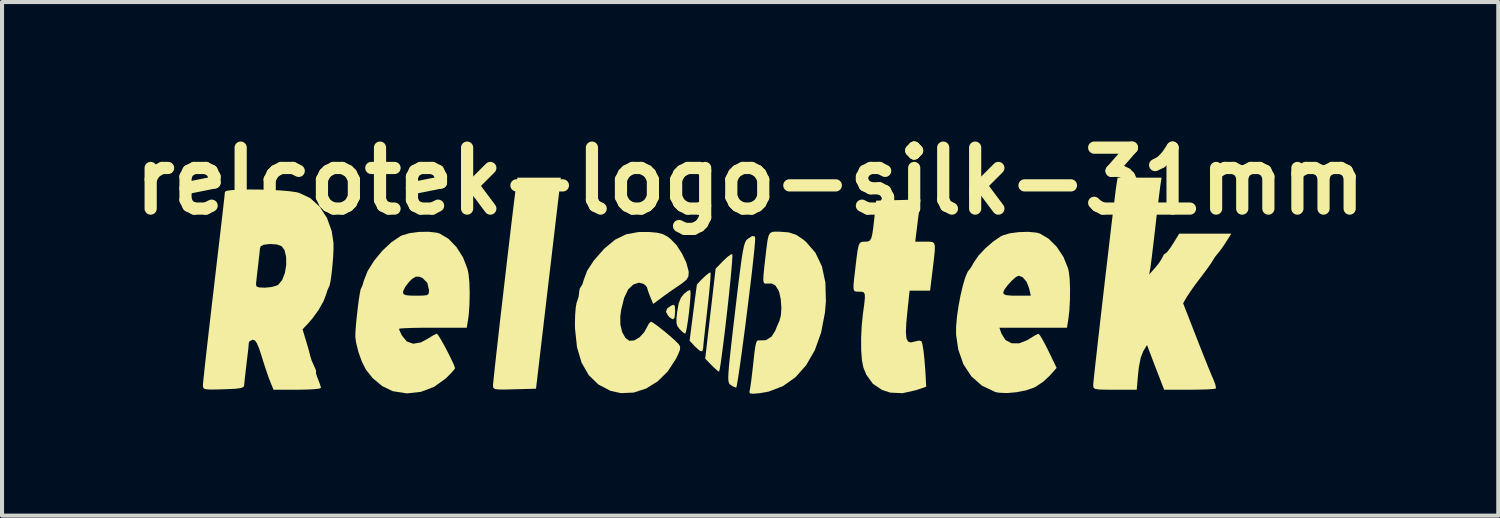
<source format=kicad_pcb>
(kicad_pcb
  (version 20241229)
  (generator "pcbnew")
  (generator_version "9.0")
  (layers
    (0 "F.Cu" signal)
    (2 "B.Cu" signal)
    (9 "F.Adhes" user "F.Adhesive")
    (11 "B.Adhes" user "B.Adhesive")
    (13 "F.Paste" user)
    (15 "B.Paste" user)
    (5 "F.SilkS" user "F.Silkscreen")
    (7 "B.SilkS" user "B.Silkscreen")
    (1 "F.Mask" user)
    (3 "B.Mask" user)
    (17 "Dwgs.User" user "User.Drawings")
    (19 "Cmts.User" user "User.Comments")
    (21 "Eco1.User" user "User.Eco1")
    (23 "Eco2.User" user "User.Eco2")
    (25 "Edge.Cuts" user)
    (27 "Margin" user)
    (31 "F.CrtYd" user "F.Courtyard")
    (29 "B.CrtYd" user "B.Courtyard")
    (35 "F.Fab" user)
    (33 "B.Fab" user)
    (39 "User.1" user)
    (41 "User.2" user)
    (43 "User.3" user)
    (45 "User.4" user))
  (footprint "relcotek-logo-silk-31mm"
    (layer "F.Cu")
    (at 15.332 3.979)
    (property "Reference" "relcotek-logo-silk-31mm" (at 0.075 -2.575 0) (layer "F.SilkS") (effects (font (size 1.5 1.5) (thickness 0.3))))
    (attr board_only exclude_from_pos_files exclude_from_bom)
    (fp_poly (pts (xy -1.779 0.499) (xy -1.772 0.605) (xy -1.772 0.638) (xy -1.783 0.78) (xy -1.821 0.83) (xy -1.893 0.791) (xy -1.942 0.741) (xy -1.998 0.642) (xy -1.963 0.557) (xy -1.868 0.491) (xy -1.807 0.468)) (stroke (width 0) (type solid)) (fill yes) (layer "F.SilkS"))
    (fp_poly (pts (xy -1.399 0.11) (xy -1.391 0.169) (xy -1.396 0.297) (xy -1.41 0.471) (xy -1.431 0.667) (xy -1.456 0.86) (xy -1.482 1.027) (xy -1.506 1.142) (xy -1.525 1.181) (xy -1.578 1.149) (xy -1.659 1.071) (xy -1.714 0.998) (xy -1.738 0.916) (xy -1.737 0.793) (xy -1.721 0.646) (xy -1.685 0.439) (xy -1.63 0.298) (xy -1.557 0.205) (xy -1.467 0.131) (xy -1.406 0.107)) (stroke (width 0) (type solid)) (fill yes) (layer "F.SilkS"))
    (fp_poly (pts (xy -0.362 -0.72) (xy -0.37 -0.584) (xy -0.387 -0.38) (xy -0.411 -0.124) (xy -0.441 0.17) (xy -0.475 0.487) (xy -0.512 0.813) (xy -0.549 1.131) (xy -0.586 1.429) (xy -0.62 1.691) (xy -0.649 1.902) (xy -0.673 2.048) (xy -0.689 2.114) (xy -0.691 2.117) (xy -0.739 2.084) (xy -0.828 2.003) (xy -0.875 1.956) (xy -1.031 1.795) (xy -0.903 0.688) (xy -0.775 -0.418) (xy -0.586 -0.613) (xy -0.477 -0.714) (xy -0.395 -0.771) (xy -0.364 -0.774)) (stroke (width 0) (type solid)) (fill yes) (layer "F.SilkS"))
    (fp_poly (pts (xy -0.898 -0.271) (xy -0.906 -0.135) (xy -0.923 0.068) (xy -0.949 0.32) (xy -0.979 0.586) (xy -1.012 0.875) (xy -1.041 1.133) (xy -1.064 1.343) (xy -1.078 1.488) (xy -1.083 1.548) (xy -1.104 1.616) (xy -1.168 1.6) (xy -1.278 1.5) (xy -1.289 1.489) (xy -1.415 1.354) (xy -1.327 0.665) (xy -1.295 0.417) (xy -1.268 0.209) (xy -1.247 0.056) (xy -1.236 -0.023) (xy -1.235 -0.03) (xy -1.13 -0.143) (xy -1.024 -0.244) (xy -0.94 -0.312) (xy -0.901 -0.326)) (stroke (width 0) (type solid)) (fill yes) (layer "F.SilkS"))
    (fp_poly (pts (xy -4.613 -2.4) (xy -4.625 -2.299) (xy -4.647 -2.111) (xy -4.678 -1.848) (xy -4.717 -1.519) (xy -4.762 -1.136) (xy -4.812 -0.71) (xy -4.866 -0.252) (xy -4.919 0.197) (xy -5.194 2.535) (xy -5.723 2.549) (xy -5.956 2.555) (xy -6.108 2.554) (xy -6.196 2.544) (xy -6.238 2.521) (xy -6.251 2.483) (xy -6.252 2.446) (xy -6.246 2.377) (xy -6.23 2.222) (xy -6.205 1.992) (xy -6.173 1.7) (xy -6.134 1.357) (xy -6.091 0.974) (xy -6.044 0.564) (xy -5.994 0.138) (xy -5.944 -0.293) (xy -5.895 -0.716) (xy -5.847 -1.121) (xy -5.803 -1.494) (xy -5.763 -1.825) (xy -5.729 -2.103) (xy -5.703 -2.314) (xy -5.685 -2.448) (xy -5.681 -2.474) (xy -5.652 -2.658) (xy -5.117 -2.658) (xy -4.583 -2.658)) (stroke (width 0) (type solid)) (fill yes) (layer "F.SilkS"))
    (fp_poly (pts (xy 0.185 -1.215) (xy 0.199 -1.169) (xy 0.194 -1.072) (xy 0.179 -0.897) (xy 0.154 -0.658) (xy 0.122 -0.367) (xy 0.083 -0.039) (xy 0.04 0.315) (xy -0.006 0.681) (xy -0.052 1.047) (xy -0.099 1.398) (xy -0.143 1.724) (xy -0.183 2.009) (xy -0.217 2.242) (xy -0.245 2.409) (xy -0.263 2.498) (xy -0.269 2.509) (xy -0.346 2.48) (xy -0.41 2.439) (xy -0.433 2.418) (xy -0.45 2.386) (xy -0.461 2.335) (xy -0.464 2.253) (xy -0.458 2.132) (xy -0.445 1.962) (xy -0.421 1.731) (xy -0.388 1.432) (xy -0.345 1.053) (xy -0.298 0.656) (xy -0.244 0.197) (xy -0.199 -0.174) (xy -0.161 -0.467) (xy -0.13 -0.692) (xy -0.102 -0.858) (xy -0.077 -0.976) (xy -0.052 -1.056) (xy -0.027 -1.108) (xy 0.001 -1.14) (xy 0.006 -1.144) (xy 0.12 -1.22)) (stroke (width 0) (type solid)) (fill yes) (layer "F.SilkS"))
    (fp_poly (pts (xy 0.785 -1.329) (xy 1.022 -1.312) (xy 1.209 -1.251) (xy 1.391 -1.128) (xy 1.45 -1.078) (xy 1.681 -0.81) (xy 1.84 -0.476) (xy 1.926 -0.077) (xy 1.939 0.387) (xy 1.915 0.665) (xy 1.82 1.157) (xy 1.665 1.59) (xy 1.453 1.957) (xy 1.19 2.253) (xy 0.88 2.472) (xy 0.528 2.607) (xy 0.311 2.645) (xy 0.156 2.658) (xy 0.078 2.652) (xy 0.056 2.623) (xy 0.064 2.579) (xy 0.079 2.495) (xy 0.102 2.336) (xy 0.127 2.126) (xy 0.152 1.904) (xy 0.179 1.657) (xy 0.202 1.493) (xy 0.225 1.397) (xy 0.252 1.351) (xy 0.287 1.343) (xy 0.309 1.347) (xy 0.461 1.341) (xy 0.599 1.255) (xy 0.69 1.113) (xy 0.744 0.978) (xy 0.792 0.874) (xy 0.831 0.733) (xy 0.843 0.54) (xy 0.828 0.335) (xy 0.79 0.16) (xy 0.768 0.108) (xy 0.693 -0.008) (xy 0.606 -0.053) (xy 0.48 -0.052) (xy 0.437 -0.052) (xy 0.41 -0.074) (xy 0.399 -0.134) (xy 0.402 -0.246) (xy 0.419 -0.427) (xy 0.446 -0.661) (xy 0.477 -0.928) (xy 0.502 -1.113) (xy 0.529 -1.23) (xy 0.566 -1.295) (xy 0.62 -1.323) (xy 0.698 -1.33)) (stroke (width 0) (type solid)) (fill yes) (layer "F.SilkS"))
    (fp_poly (pts (xy 4.227 -1.811) (xy 4.201 -1.604) (xy 4.176 -1.402) (xy 4.162 -1.292) (xy 4.137 -1.083) (xy 4.382 -1.083) (xy 4.486 -1.083) (xy 4.558 -1.075) (xy 4.601 -1.044) (xy 4.62 -0.974) (xy 4.617 -0.851) (xy 4.597 -0.66) (xy 4.564 -0.387) (xy 4.562 -0.369) (xy 4.502 0.123) (xy 4.25 0.123) (xy 3.998 0.123) (xy 3.946 0.615) (xy 3.916 0.924) (xy 3.907 1.147) (xy 3.92 1.293) (xy 3.958 1.373) (xy 4.022 1.397) (xy 4.116 1.376) (xy 4.12 1.375) (xy 4.227 1.351) (xy 4.288 1.364) (xy 4.312 1.434) (xy 4.338 1.586) (xy 4.362 1.802) (xy 4.383 2.066) (xy 4.395 2.264) (xy 4.406 2.486) (xy 4.159 2.57) (xy 3.825 2.645) (xy 3.523 2.631) (xy 3.318 2.564) (xy 3.095 2.414) (xy 2.932 2.189) (xy 2.861 2.014) (xy 2.825 1.836) (xy 2.807 1.586) (xy 2.805 1.293) (xy 2.82 0.982) (xy 2.85 0.689) (xy 2.882 0.454) (xy 2.898 0.299) (xy 2.894 0.208) (xy 2.868 0.163) (xy 2.818 0.149) (xy 2.757 0.148) (xy 2.687 0.147) (xy 2.643 0.134) (xy 2.621 0.092) (xy 2.617 0.004) (xy 2.63 -0.147) (xy 2.657 -0.376) (xy 2.661 -0.415) (xy 2.693 -0.682) (xy 2.718 -0.866) (xy 2.743 -0.983) (xy 2.773 -1.048) (xy 2.813 -1.076) (xy 2.869 -1.083) (xy 2.903 -1.083) (xy 2.97 -1.087) (xy 3.019 -1.11) (xy 3.054 -1.166) (xy 3.081 -1.272) (xy 3.106 -1.443) (xy 3.133 -1.693) (xy 3.139 -1.747) (xy 3.175 -2.092) (xy 3.721 -2.106) (xy 4.267 -2.12)) (stroke (width 0) (type solid)) (fill yes) (layer "F.SilkS"))
    (fp_poly (pts (xy 7.117 -1.306) (xy 7.203 -1.283) (xy 7.418 -1.156) (xy 7.618 -0.956) (xy 7.783 -0.708) (xy 7.893 -0.437) (xy 7.914 -0.354) (xy 7.936 -0.169) (xy 7.946 0.077) (xy 7.943 0.348) (xy 7.929 0.608) (xy 7.907 0.8) (xy 7.87 1.034) (xy 7.039 1.034) (xy 6.207 1.034) (xy 6.259 1.182) (xy 6.357 1.337) (xy 6.506 1.417) (xy 6.69 1.419) (xy 6.894 1.34) (xy 6.951 1.304) (xy 7.07 1.23) (xy 7.154 1.188) (xy 7.172 1.184) (xy 7.209 1.227) (xy 7.276 1.339) (xy 7.362 1.501) (xy 7.413 1.604) (xy 7.615 2.022) (xy 7.448 2.212) (xy 7.297 2.353) (xy 7.118 2.476) (xy 7.058 2.508) (xy 6.864 2.575) (xy 6.63 2.621) (xy 6.392 2.642) (xy 6.187 2.633) (xy 6.104 2.615) (xy 5.778 2.46) (xy 5.517 2.231) (xy 5.321 1.933) (xy 5.194 1.568) (xy 5.142 1.206) (xy 5.142 1.008) (xy 5.163 0.767) (xy 5.201 0.503) (xy 5.251 0.239) (xy 5.268 0.167) (xy 6.301 0.167) (xy 6.318 0.21) (xy 6.382 0.234) (xy 6.512 0.245) (xy 6.64 0.246) (xy 6.98 0.246) (xy 6.938 0.063) (xy 6.875 -0.098) (xy 6.778 -0.209) (xy 6.68 -0.246) (xy 6.61 -0.21) (xy 6.511 -0.122) (xy 6.409 -0.01) (xy 6.33 0.097) (xy 6.301 0.167) (xy 5.268 0.167) (xy 5.308 -0.005) (xy 5.369 -0.207) (xy 5.429 -0.346) (xy 5.467 -0.394) (xy 5.509 -0.45) (xy 5.571 -0.558) (xy 5.582 -0.579) (xy 5.694 -0.741) (xy 5.862 -0.92) (xy 6.055 -1.087) (xy 6.242 -1.214) (xy 6.293 -1.239) (xy 6.463 -1.289) (xy 6.684 -1.318) (xy 6.915 -1.325)) (stroke (width 0) (type solid)) (fill yes) (layer "F.SilkS"))
    (fp_poly (pts (xy -2.211 -1.303) (xy -2.072 -1.268) (xy -1.954 -1.204) (xy -1.886 -1.152) (xy -1.738 -0.998) (xy -1.602 -0.791) (xy -1.496 -0.567) (xy -1.441 -0.364) (xy -1.437 -0.321) (xy -1.446 -0.223) (xy -1.496 -0.142) (xy -1.606 -0.053) (xy -1.663 -0.014) (xy -1.843 0.108) (xy -2.031 0.241) (xy -2.102 0.294) (xy -2.31 0.449) (xy -2.386 0.268) (xy -2.434 0.142) (xy -2.46 0.056) (xy -2.461 0.045) (xy -2.499 -0.008) (xy -2.559 -0.049) (xy -2.664 -0.074) (xy -2.793 -0.031) (xy -2.801 -0.027) (xy -2.926 0.091) (xy -3.025 0.299) (xy -3.098 0.593) (xy -3.12 0.751) (xy -3.119 0.956) (xy -3.073 1.144) (xy -2.992 1.287) (xy -2.898 1.356) (xy -2.779 1.347) (xy -2.647 1.27) (xy -2.531 1.144) (xy -2.478 1.048) (xy -2.422 0.941) (xy -2.371 0.887) (xy -2.365 0.886) (xy -2.307 0.916) (xy -2.199 0.994) (xy -2.061 1.102) (xy -1.917 1.222) (xy -1.787 1.336) (xy -1.695 1.427) (xy -1.68 1.444) (xy -1.648 1.502) (xy -1.652 1.575) (xy -1.698 1.691) (xy -1.75 1.798) (xy -1.951 2.108) (xy -2.201 2.355) (xy -2.486 2.531) (xy -2.792 2.63) (xy -3.105 2.644) (xy -3.36 2.588) (xy -3.66 2.431) (xy -3.898 2.199) (xy -4.074 1.892) (xy -4.186 1.511) (xy -4.234 1.057) (xy -4.237 0.95) (xy -4.232 0.738) (xy -4.218 0.554) (xy -4.198 0.429) (xy -4.187 0.399) (xy -4.145 0.271) (xy -4.135 0.178) (xy -4.12 0.075) (xy -4.092 0.029) (xy -4.052 -0.035) (xy -4.021 -0.139) (xy -3.936 -0.367) (xy -3.769 -0.623) (xy -3.529 -0.895) (xy -3.507 -0.918) (xy -3.248 -1.132) (xy -2.979 -1.263) (xy -2.673 -1.32) (xy -2.411 -1.321)) (stroke (width 0) (type solid)) (fill yes) (layer "F.SilkS"))
    (fp_poly (pts (xy -7.633 -1.303) (xy -7.565 -1.283) (xy -7.348 -1.154) (xy -7.151 -0.95) (xy -6.989 -0.695) (xy -6.88 -0.412) (xy -6.855 -0.295) (xy -6.834 -0.087) (xy -6.826 0.177) (xy -6.831 0.455) (xy -6.848 0.703) (xy -6.86 0.8) (xy -6.898 1.034) (xy -7.731 1.034) (xy -8.005 1.035) (xy -8.242 1.039) (xy -8.424 1.046) (xy -8.536 1.054) (xy -8.565 1.061) (xy -8.545 1.119) (xy -8.495 1.223) (xy -8.493 1.227) (xy -8.374 1.372) (xy -8.216 1.428) (xy -8.027 1.396) (xy -7.856 1.304) (xy -7.737 1.23) (xy -7.651 1.186) (xy -7.633 1.181) (xy -7.597 1.222) (xy -7.532 1.328) (xy -7.449 1.476) (xy -7.361 1.643) (xy -7.28 1.806) (xy -7.218 1.94) (xy -7.188 2.023) (xy -7.187 2.032) (xy -7.22 2.081) (xy -7.307 2.176) (xy -7.417 2.285) (xy -7.701 2.489) (xy -8.026 2.612) (xy -8.37 2.65) (xy -8.712 2.597) (xy -8.726 2.593) (xy -8.979 2.47) (xy -9.215 2.273) (xy -9.383 2.059) (xy -9.479 1.867) (xy -9.564 1.631) (xy -9.622 1.397) (xy -9.64 1.255) (xy -9.637 1.138) (xy -9.624 0.964) (xy -9.603 0.756) (xy -9.579 0.541) (xy -9.553 0.341) (xy -9.528 0.182) (xy -9.523 0.159) (xy -8.467 0.159) (xy -8.453 0.206) (xy -8.399 0.233) (xy -8.282 0.244) (xy -8.147 0.246) (xy -7.975 0.244) (xy -7.879 0.233) (xy -7.837 0.201) (xy -7.827 0.141) (xy -7.827 0.108) (xy -7.867 -0.069) (xy -7.985 -0.188) (xy -8.06 -0.22) (xy -8.152 -0.223) (xy -8.247 -0.163) (xy -8.319 -0.091) (xy -8.41 0.028) (xy -8.462 0.132) (xy -8.467 0.159) (xy -9.523 0.159) (xy -9.508 0.087) (xy -9.502 0.074) (xy -9.464 -0.007) (xy -9.43 -0.123) (xy -9.337 -0.36) (xy -9.178 -0.614) (xy -8.976 -0.859) (xy -8.751 -1.07) (xy -8.526 -1.221) (xy -8.491 -1.237) (xy -8.308 -1.292) (xy -8.076 -1.323) (xy -7.837 -1.327)) (stroke (width 0) (type solid)) (fill yes) (layer "F.SilkS"))
    (fp_poly (pts (xy 10.169 -2.474) (xy 10.154 -2.364) (xy 10.131 -2.177) (xy 10.101 -1.933) (xy 10.068 -1.652) (xy 10.043 -1.428) (xy 10.009 -1.136) (xy 9.977 -0.87) (xy 9.95 -0.648) (xy 9.929 -0.489) (xy 9.919 -0.421) (xy 9.893 -0.276) (xy 10.04 -0.441) (xy 10.138 -0.563) (xy 10.205 -0.67) (xy 10.217 -0.697) (xy 10.259 -0.772) (xy 10.287 -0.788) (xy 10.333 -0.826) (xy 10.41 -0.926) (xy 10.48 -1.034) (xy 10.632 -1.28) (xy 11.273 -1.28) (xy 11.914 -1.28) (xy 11.782 -1.072) (xy 11.692 -0.936) (xy 11.611 -0.828) (xy 11.584 -0.797) (xy 11.507 -0.7) (xy 11.461 -0.624) (xy 11.404 -0.535) (xy 11.305 -0.396) (xy 11.185 -0.235) (xy 11.163 -0.207) (xy 11.032 -0.034) (xy 10.914 0.132) (xy 10.83 0.259) (xy 10.824 0.268) (xy 10.728 0.432) (xy 11.051 1.262) (xy 11.162 1.545) (xy 11.268 1.811) (xy 11.36 2.04) (xy 11.431 2.212) (xy 11.468 2.296) (xy 11.518 2.424) (xy 11.536 2.512) (xy 11.532 2.53) (xy 11.474 2.541) (xy 11.337 2.551) (xy 11.142 2.557) (xy 10.907 2.56) (xy 10.881 2.56) (xy 10.261 2.56) (xy 10.104 2.154) (xy 10.025 1.95) (xy 9.955 1.765) (xy 9.904 1.63) (xy 9.893 1.603) (xy 9.84 1.458) (xy 9.748 1.61) (xy 9.686 1.766) (xy 9.64 1.998) (xy 9.621 2.161) (xy 9.586 2.56) (xy 9.051 2.56) (xy 8.816 2.559) (xy 8.663 2.554) (xy 8.573 2.542) (xy 8.53 2.518) (xy 8.517 2.479) (xy 8.516 2.444) (xy 8.521 2.375) (xy 8.537 2.221) (xy 8.562 1.991) (xy 8.595 1.699) (xy 8.633 1.356) (xy 8.677 0.974) (xy 8.724 0.564) (xy 8.773 0.138) (xy 8.823 -0.293) (xy 8.873 -0.716) (xy 8.92 -1.12) (xy 8.964 -1.494) (xy 9.004 -1.825) (xy 9.038 -2.102) (xy 9.064 -2.314) (xy 9.082 -2.448) (xy 9.086 -2.474) (xy 9.115 -2.658) (xy 9.657 -2.658) (xy 10.198 -2.658)) (stroke (width 0) (type solid)) (fill yes) (layer "F.SilkS"))
    (fp_poly (pts (xy -12.002 -2.365) (xy -11.739 -2.357) (xy -11.488 -2.344) (xy -11.267 -2.325) (xy -11.095 -2.301) (xy -11.023 -2.284) (xy -10.748 -2.154) (xy -10.517 -1.944) (xy -10.338 -1.669) (xy -10.22 -1.342) (xy -10.178 -1.058) (xy -10.176 -0.909) (xy -10.185 -0.714) (xy -10.202 -0.5) (xy -10.224 -0.294) (xy -10.248 -0.119) (xy -10.273 -0.004) (xy -10.286 0.025) (xy -10.324 0.106) (xy -10.357 0.213) (xy -10.424 0.386) (xy -10.541 0.593) (xy -10.689 0.799) (xy -10.791 0.918) (xy -10.938 1.073) (xy -10.851 1.361) (xy -10.801 1.53) (xy -10.763 1.672) (xy -10.747 1.738) (xy -10.713 1.844) (xy -10.656 1.972) (xy -10.612 2.069) (xy -10.605 2.116) (xy -10.607 2.117) (xy -10.607 2.157) (xy -10.575 2.256) (xy -10.559 2.295) (xy -10.511 2.42) (xy -10.486 2.506) (xy -10.485 2.516) (xy -10.531 2.533) (xy -10.656 2.547) (xy -10.842 2.556) (xy -11.068 2.56) (xy -11.651 2.56) (xy -11.728 2.375) (xy -11.779 2.242) (xy -11.845 2.05) (xy -11.915 1.833) (xy -11.937 1.76) (xy -12.006 1.548) (xy -12.061 1.417) (xy -12.109 1.349) (xy -12.161 1.329) (xy -12.163 1.329) (xy -12.244 1.367) (xy -12.261 1.415) (xy -12.271 1.54) (xy -12.278 1.6) (xy -12.303 1.806) (xy -12.328 2.021) (xy -12.351 2.22) (xy -12.368 2.375) (xy -12.376 2.46) (xy -12.376 2.461) (xy -12.396 2.496) (xy -12.462 2.52) (xy -12.589 2.536) (xy -12.794 2.546) (xy -12.885 2.549) (xy -13.111 2.555) (xy -13.257 2.554) (xy -13.34 2.543) (xy -13.378 2.518) (xy -13.389 2.476) (xy -13.389 2.446) (xy -13.384 2.374) (xy -13.367 2.215) (xy -13.342 1.979) (xy -13.308 1.675) (xy -13.267 1.315) (xy -13.22 0.907) (xy -13.169 0.464) (xy -13.118 0.036) (xy -13.11 -0.037) (xy -12.084 -0.037) (xy -12.072 0.017) (xy -12.008 0.043) (xy -11.868 0.049) (xy -11.866 0.049) (xy -11.704 0.034) (xy -11.569 -0.005) (xy -11.537 -0.023) (xy -11.44 -0.139) (xy -11.373 -0.311) (xy -11.34 -0.511) (xy -11.342 -0.709) (xy -11.382 -0.875) (xy -11.453 -0.972) (xy -11.565 -1.013) (xy -11.728 -1.025) (xy -11.761 -1.024) (xy -11.901 -1.006) (xy -11.968 -0.968) (xy -11.987 -0.911) (xy -11.996 -0.813) (xy -12.014 -0.653) (xy -12.035 -0.468) (xy -12.057 -0.282) (xy -12.074 -0.127) (xy -12.084 -0.037) (xy -13.11 -0.037) (xy -13.064 -0.43) (xy -13.013 -0.865) (xy -12.966 -1.262) (xy -12.926 -1.609) (xy -12.893 -1.898) (xy -12.868 -2.117) (xy -12.853 -2.258) (xy -12.848 -2.31) (xy -12.802 -2.335) (xy -12.676 -2.352) (xy -12.488 -2.363) (xy -12.257 -2.367)) (stroke (width 0) (type solid)) (fill yes) (layer "F.SilkS")))
  (gr_rect
    (start -3 -3)
    (end 33.814 9.637)
    (stroke (width 0.1) (type default))
    (fill no)
    (layer "Edge.Cuts")))
</source>
